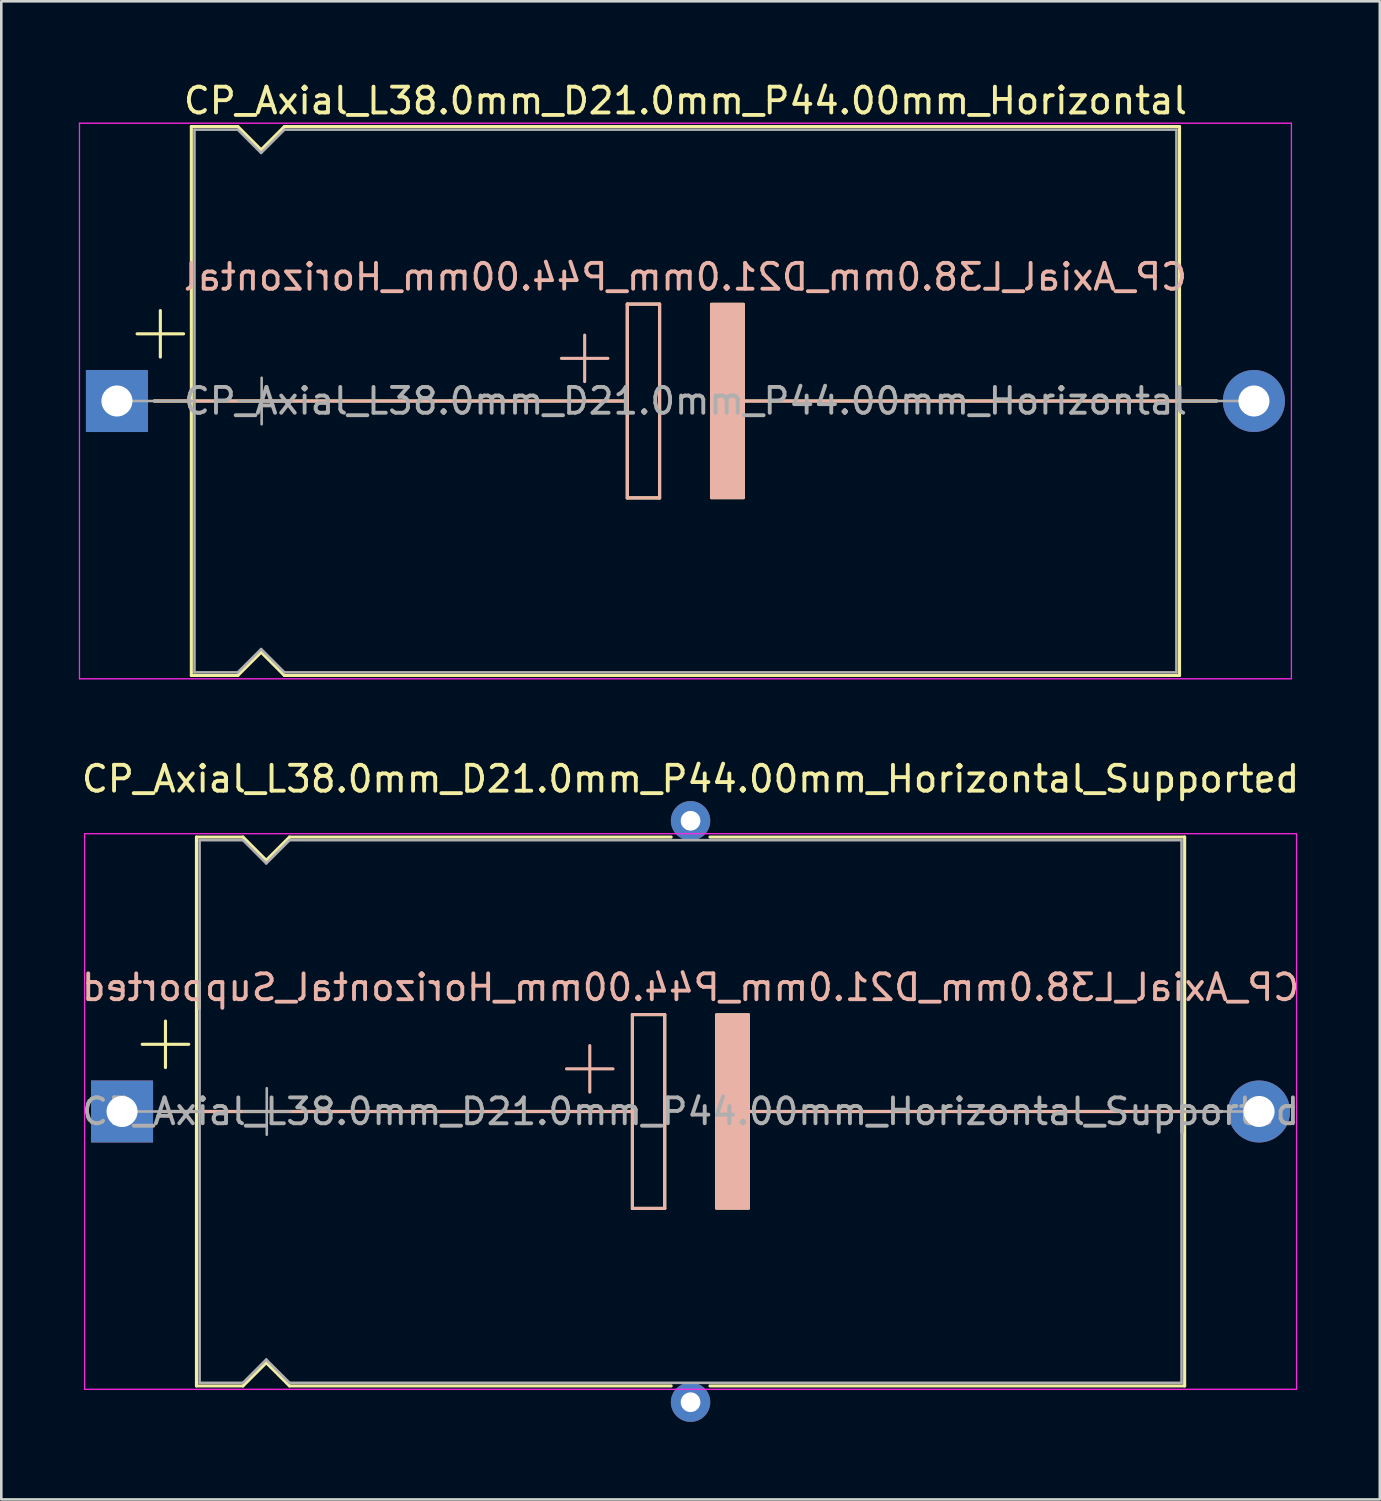
<source format=kicad_pcb>
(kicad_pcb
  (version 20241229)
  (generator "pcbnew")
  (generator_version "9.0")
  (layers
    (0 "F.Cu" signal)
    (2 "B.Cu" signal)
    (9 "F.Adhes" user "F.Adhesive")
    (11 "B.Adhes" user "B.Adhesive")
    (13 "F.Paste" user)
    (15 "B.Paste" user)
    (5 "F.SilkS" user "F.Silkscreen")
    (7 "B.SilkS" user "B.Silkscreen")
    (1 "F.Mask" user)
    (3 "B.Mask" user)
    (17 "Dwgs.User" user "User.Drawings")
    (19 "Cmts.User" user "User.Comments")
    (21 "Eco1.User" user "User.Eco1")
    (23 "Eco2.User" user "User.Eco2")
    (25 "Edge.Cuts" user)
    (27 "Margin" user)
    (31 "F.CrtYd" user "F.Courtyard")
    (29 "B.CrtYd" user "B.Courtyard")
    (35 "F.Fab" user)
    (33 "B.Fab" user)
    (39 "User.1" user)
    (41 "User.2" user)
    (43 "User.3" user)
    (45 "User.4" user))
  (footprint "CP_Axial_L38.0mm_D21.0mm_P44.00mm_Horizontal"
    (layer "F.Cu")
    (at 1.475 12.468)
    (property "Reference" "CP_Axial_L38.0mm_D21.0mm_P44.00mm_Horizontal" (at 22 -11.62 0) (layer "F.SilkS") (effects (font (size 1 1) (thickness 0.15))))
    (fp_line (start 0.78 -2.6) (end 2.58 -2.6) (stroke (width 0.12) (type solid)) (layer "F.SilkS"))
    (fp_line (start 1.44 0) (end 2.88 0) (stroke (width 0.12) (type solid)) (layer "F.SilkS"))
    (fp_line (start 1.68 -3.5) (end 1.68 -1.7) (stroke (width 0.12) (type solid)) (layer "F.SilkS"))
    (fp_line (start 2.88 -10.62) (end 2.88 10.62) (stroke (width 0.12) (type solid)) (layer "F.SilkS"))
    (fp_line (start 2.88 -10.62) (end 4.68 -10.62) (stroke (width 0.12) (type solid)) (layer "F.SilkS"))
    (fp_line (start 2.88 0) (end 19.75 0) (stroke (width 0.12) (type solid)) (layer "F.SilkS"))
    (fp_line (start 2.88 10.62) (end 4.68 10.62) (stroke (width 0.12) (type solid)) (layer "F.SilkS"))
    (fp_line (start 4.68 -10.62) (end 5.58 -9.72) (stroke (width 0.12) (type solid)) (layer "F.SilkS"))
    (fp_line (start 4.68 10.62) (end 5.58 9.72) (stroke (width 0.12) (type solid)) (layer "F.SilkS"))
    (fp_line (start 5.58 -9.72) (end 6.48 -10.62) (stroke (width 0.12) (type solid)) (layer "F.SilkS"))
    (fp_line (start 5.58 9.72) (end 6.48 10.62) (stroke (width 0.12) (type solid)) (layer "F.SilkS"))
    (fp_line (start 6.48 -10.62) (end 41.12 -10.62) (stroke (width 0.12) (type solid)) (layer "F.SilkS"))
    (fp_line (start 6.48 10.62) (end 41.12 10.62) (stroke (width 0.12) (type solid)) (layer "F.SilkS"))
    (fp_line (start 19.75 -3.75) (end 21 -3.75) (stroke (width 0.12) (type solid)) (layer "F.SilkS"))
    (fp_line (start 19.75 0) (end 19.75 -3.75) (stroke (width 0.12) (type solid)) (layer "F.SilkS"))
    (fp_line (start 19.75 3.75) (end 19.75 0) (stroke (width 0.12) (type solid)) (layer "F.SilkS"))
    (fp_line (start 21 -3.75) (end 21 3.75) (stroke (width 0.12) (type solid)) (layer "F.SilkS"))
    (fp_line (start 21 3.75) (end 19.75 3.75) (stroke (width 0.12) (type solid)) (layer "F.SilkS"))
    (fp_line (start 24.25 0) (end 41.12 0) (stroke (width 0.12) (type solid)) (layer "F.SilkS"))
    (fp_line (start 41.12 -10.62) (end 41.12 10.62) (stroke (width 0.12) (type solid)) (layer "F.SilkS"))
    (fp_line (start 42.56 0) (end 41.12 0) (stroke (width 0.12) (type solid)) (layer "F.SilkS"))
    (fp_poly (pts (xy 24.25 3.75) (xy 23 3.75) (xy 23 -3.75) (xy 24.25 -3.75)) (stroke (width 0.1) (type solid)) (fill yes) (layer "F.SilkS"))
    (fp_line (start 1.45 0) (end 12.88 0) (stroke (width 0.12) (type solid)) (layer "B.SilkS"))
    (fp_line (start 12.88 0) (end 19.75 0) (stroke (width 0.12) (type solid)) (layer "B.SilkS"))
    (fp_line (start 18.1 -2.55) (end 18.1 -0.75) (stroke (width 0.12) (type solid)) (layer "B.SilkS"))
    (fp_line (start 19 -1.65) (end 17.2 -1.65) (stroke (width 0.12) (type solid)) (layer "B.SilkS"))
    (fp_line (start 19.75 -3.75) (end 21 -3.75) (stroke (width 0.12) (type solid)) (layer "B.SilkS"))
    (fp_line (start 19.75 0) (end 19.75 -3.75) (stroke (width 0.12) (type solid)) (layer "B.SilkS"))
    (fp_line (start 19.75 3.75) (end 19.75 0) (stroke (width 0.12) (type solid)) (layer "B.SilkS"))
    (fp_line (start 21 -3.75) (end 21 3.75) (stroke (width 0.12) (type solid)) (layer "B.SilkS"))
    (fp_line (start 21 3.75) (end 19.75 3.75) (stroke (width 0.12) (type solid)) (layer "B.SilkS"))
    (fp_line (start 24.25 0) (end 31.12 0) (stroke (width 0.12) (type solid)) (layer "B.SilkS"))
    (fp_line (start 42.55 0) (end 31.12 0) (stroke (width 0.12) (type solid)) (layer "B.SilkS"))
    (fp_poly (pts (xy 24.25 3.75) (xy 23 3.75) (xy 23 -3.75) (xy 24.25 -3.75)) (stroke (width 0.1) (type solid)) (fill yes) (layer "B.SilkS"))
    (fp_line (start -1.45 -10.75) (end -1.45 10.75) (stroke (width 0.05) (type solid)) (layer "F.CrtYd"))
    (fp_line (start -1.45 10.75) (end 45.45 10.75) (stroke (width 0.05) (type solid)) (layer "F.CrtYd"))
    (fp_line (start 45.45 -10.75) (end -1.45 -10.75) (stroke (width 0.05) (type solid)) (layer "F.CrtYd"))
    (fp_line (start 45.45 10.75) (end 45.45 -10.75) (stroke (width 0.05) (type solid)) (layer "F.CrtYd"))
    (fp_line (start 0 0) (end 3 0) (stroke (width 0.1) (type solid)) (layer "F.Fab"))
    (fp_line (start 3 -10.5) (end 3 10.5) (stroke (width 0.1) (type solid)) (layer "F.Fab"))
    (fp_line (start 3 -10.5) (end 4.68 -10.5) (stroke (width 0.1) (type solid)) (layer "F.Fab"))
    (fp_line (start 3 10.5) (end 4.68 10.5) (stroke (width 0.1) (type solid)) (layer "F.Fab"))
    (fp_line (start 4.68 -10.5) (end 5.58 -9.6) (stroke (width 0.1) (type solid)) (layer "F.Fab"))
    (fp_line (start 4.68 10.5) (end 5.58 9.6) (stroke (width 0.1) (type solid)) (layer "F.Fab"))
    (fp_line (start 4.7 0) (end 6.5 0) (stroke (width 0.1) (type solid)) (layer "F.Fab"))
    (fp_line (start 5.58 -9.6) (end 6.48 -10.5) (stroke (width 0.1) (type solid)) (layer "F.Fab"))
    (fp_line (start 5.58 9.6) (end 6.48 10.5) (stroke (width 0.1) (type solid)) (layer "F.Fab"))
    (fp_line (start 5.6 -0.9) (end 5.6 0.9) (stroke (width 0.1) (type solid)) (layer "F.Fab"))
    (fp_line (start 6.48 -10.5) (end 41 -10.5) (stroke (width 0.1) (type solid)) (layer "F.Fab"))
    (fp_line (start 6.48 10.5) (end 41 10.5) (stroke (width 0.1) (type solid)) (layer "F.Fab"))
    (fp_line (start 41 -10.5) (end 41 10.5) (stroke (width 0.1) (type solid)) (layer "F.Fab"))
    (fp_line (start 44 0) (end 41 0) (stroke (width 0.1) (type solid)) (layer "F.Fab"))
    (fp_text user "${REFERENCE}" (at 22 -4.8 0) (layer "B.SilkS") (effects (font (size 1 1) (thickness 0.15)) (justify mirror)))
    (fp_text user "${REFERENCE}" (at 22 0 0) (layer "F.Fab") (effects (font (size 1 1) (thickness 0.15))))
    (pad "1" thru_hole rect (at 0 0) (size 2.4 2.4) (drill 1.2) (layers "*.Cu" "*.Mask"))
    (pad "2" thru_hole oval (at 44 0) (size 2.4 2.4) (drill 1.2) (layers "*.Cu" "*.Mask")))
  (footprint "CP_Axial_L38.0mm_D21.0mm_P44.00mm_Horizontal_Supported"
    (layer "F.Cu")
    (at 1.673 39.962)
    (property "Reference" "CP_Axial_L38.0mm_D21.0mm_P44.00mm_Horizontal_Supported" (at 22 -12.87 0) (layer "F.SilkS") (effects (font (size 1 1) (thickness 0.15))))
    (fp_line (start 0.78 -2.6) (end 2.58 -2.6) (stroke (width 0.12) (type solid)) (layer "F.SilkS"))
    (fp_line (start 1.44 0) (end 2.88 0) (stroke (width 0.12) (type solid)) (layer "F.SilkS"))
    (fp_line (start 1.68 -3.5) (end 1.68 -1.7) (stroke (width 0.12) (type solid)) (layer "F.SilkS"))
    (fp_line (start 2.88 -10.62) (end 2.88 10.62) (stroke (width 0.12) (type solid)) (layer "F.SilkS"))
    (fp_line (start 2.88 -10.62) (end 4.68 -10.62) (stroke (width 0.12) (type solid)) (layer "F.SilkS"))
    (fp_line (start 2.88 0) (end 19.75 0) (stroke (width 0.12) (type solid)) (layer "F.SilkS"))
    (fp_line (start 2.88 10.62) (end 4.68 10.62) (stroke (width 0.12) (type solid)) (layer "F.SilkS"))
    (fp_line (start 4.68 -10.62) (end 5.58 -9.72) (stroke (width 0.12) (type solid)) (layer "F.SilkS"))
    (fp_line (start 4.68 10.62) (end 5.58 9.72) (stroke (width 0.12) (type solid)) (layer "F.SilkS"))
    (fp_line (start 5.58 -9.72) (end 6.48 -10.62) (stroke (width 0.12) (type solid)) (layer "F.SilkS"))
    (fp_line (start 5.58 9.72) (end 6.48 10.62) (stroke (width 0.12) (type solid)) (layer "F.SilkS"))
    (fp_line (start 6.48 -10.62) (end 21.25 -10.62) (stroke (width 0.12) (type solid)) (layer "F.SilkS"))
    (fp_line (start 6.48 10.62) (end 21.25 10.62) (stroke (width 0.12) (type solid)) (layer "F.SilkS"))
    (fp_line (start 19.75 -3.75) (end 21 -3.75) (stroke (width 0.12) (type solid)) (layer "F.SilkS"))
    (fp_line (start 19.75 0) (end 19.75 -3.75) (stroke (width 0.12) (type solid)) (layer "F.SilkS"))
    (fp_line (start 19.75 3.75) (end 19.75 0) (stroke (width 0.12) (type solid)) (layer "F.SilkS"))
    (fp_line (start 21 -3.75) (end 21 3.75) (stroke (width 0.12) (type solid)) (layer "F.SilkS"))
    (fp_line (start 21 3.75) (end 19.75 3.75) (stroke (width 0.12) (type solid)) (layer "F.SilkS"))
    (fp_line (start 22.75 -10.62) (end 41.12 -10.62) (stroke (width 0.12) (type solid)) (layer "F.SilkS"))
    (fp_line (start 22.75 10.62) (end 41.12 10.62) (stroke (width 0.12) (type solid)) (layer "F.SilkS"))
    (fp_line (start 24.25 0) (end 41.12 0) (stroke (width 0.12) (type solid)) (layer "F.SilkS"))
    (fp_line (start 41.12 -10.62) (end 41.12 10.62) (stroke (width 0.12) (type solid)) (layer "F.SilkS"))
    (fp_line (start 42.56 0) (end 41.12 0) (stroke (width 0.12) (type solid)) (layer "F.SilkS"))
    (fp_poly (pts (xy 24.25 3.75) (xy 23 3.75) (xy 23 -3.75) (xy 24.25 -3.75)) (stroke (width 0.1) (type solid)) (fill yes) (layer "F.SilkS"))
    (fp_line (start 1.45 0) (end 12.88 0) (stroke (width 0.12) (type solid)) (layer "B.SilkS"))
    (fp_line (start 12.88 0) (end 19.75 0) (stroke (width 0.12) (type solid)) (layer "B.SilkS"))
    (fp_line (start 18.1 -2.55) (end 18.1 -0.75) (stroke (width 0.12) (type solid)) (layer "B.SilkS"))
    (fp_line (start 19 -1.65) (end 17.2 -1.65) (stroke (width 0.12) (type solid)) (layer "B.SilkS"))
    (fp_line (start 19.75 -3.75) (end 21 -3.75) (stroke (width 0.12) (type solid)) (layer "B.SilkS"))
    (fp_line (start 19.75 0) (end 19.75 -3.75) (stroke (width 0.12) (type solid)) (layer "B.SilkS"))
    (fp_line (start 19.75 3.75) (end 19.75 0) (stroke (width 0.12) (type solid)) (layer "B.SilkS"))
    (fp_line (start 21 -3.75) (end 21 3.75) (stroke (width 0.12) (type solid)) (layer "B.SilkS"))
    (fp_line (start 21 3.75) (end 19.75 3.75) (stroke (width 0.12) (type solid)) (layer "B.SilkS"))
    (fp_line (start 24.25 0) (end 31.12 0) (stroke (width 0.12) (type solid)) (layer "B.SilkS"))
    (fp_line (start 42.55 0) (end 31.12 0) (stroke (width 0.12) (type solid)) (layer "B.SilkS"))
    (fp_poly (pts (xy 24.25 3.75) (xy 23 3.75) (xy 23 -3.75) (xy 24.25 -3.75)) (stroke (width 0.1) (type solid)) (fill yes) (layer "B.SilkS"))
    (fp_line (start -1.45 -10.75) (end -1.45 10.75) (stroke (width 0.05) (type solid)) (layer "F.CrtYd"))
    (fp_line (start -1.45 10.75) (end 45.45 10.75) (stroke (width 0.05) (type solid)) (layer "F.CrtYd"))
    (fp_line (start 45.45 -10.75) (end -1.45 -10.75) (stroke (width 0.05) (type solid)) (layer "F.CrtYd"))
    (fp_line (start 45.45 10.75) (end 45.45 -10.75) (stroke (width 0.05) (type solid)) (layer "F.CrtYd"))
    (fp_line (start 0 0) (end 3 0) (stroke (width 0.1) (type solid)) (layer "F.Fab"))
    (fp_line (start 3 -10.5) (end 3 10.5) (stroke (width 0.1) (type solid)) (layer "F.Fab"))
    (fp_line (start 3 -10.5) (end 4.68 -10.5) (stroke (width 0.1) (type solid)) (layer "F.Fab"))
    (fp_line (start 3 10.5) (end 4.68 10.5) (stroke (width 0.1) (type solid)) (layer "F.Fab"))
    (fp_line (start 4.68 -10.5) (end 5.58 -9.6) (stroke (width 0.1) (type solid)) (layer "F.Fab"))
    (fp_line (start 4.68 10.5) (end 5.58 9.6) (stroke (width 0.1) (type solid)) (layer "F.Fab"))
    (fp_line (start 4.7 0) (end 6.5 0) (stroke (width 0.1) (type solid)) (layer "F.Fab"))
    (fp_line (start 5.58 -9.6) (end 6.48 -10.5) (stroke (width 0.1) (type solid)) (layer "F.Fab"))
    (fp_line (start 5.58 9.6) (end 6.48 10.5) (stroke (width 0.1) (type solid)) (layer "F.Fab"))
    (fp_line (start 5.6 -0.9) (end 5.6 0.9) (stroke (width 0.1) (type solid)) (layer "F.Fab"))
    (fp_line (start 6.48 -10.5) (end 41 -10.5) (stroke (width 0.1) (type solid)) (layer "F.Fab"))
    (fp_line (start 6.48 10.5) (end 41 10.5) (stroke (width 0.1) (type solid)) (layer "F.Fab"))
    (fp_line (start 41 -10.5) (end 41 10.5) (stroke (width 0.1) (type solid)) (layer "F.Fab"))
    (fp_line (start 44 0) (end 41 0) (stroke (width 0.1) (type solid)) (layer "F.Fab"))
    (fp_text user "${REFERENCE}" (at 22 -4.8 0) (layer "B.SilkS") (effects (font (size 1 1) (thickness 0.15)) (justify mirror)))
    (fp_text user "${REFERENCE}" (at 22 0 0) (layer "F.Fab") (effects (font (size 1 1) (thickness 0.15))))
    (pad "" thru_hole circle (at 22 -11.25) (size 1.524 1.524) (drill 0.762) (layers "*.Cu" "*.Mask"))
    (pad "" thru_hole circle (at 22 11.25) (size 1.524 1.524) (drill 0.762) (layers "*.Cu" "*.Mask"))
    (pad "1" thru_hole rect (at 0 0) (size 2.4 2.4) (drill 1.2) (layers "*.Cu" "*.Mask"))
    (pad "2" thru_hole oval (at 44 0) (size 2.4 2.4) (drill 1.2) (layers "*.Cu" "*.Mask")))
  (gr_rect
    (start -3 -3)
    (end 50.345 54.974)
    (stroke (width 0.1) (type default))
    (fill no)
    (layer "Edge.Cuts")))
</source>
